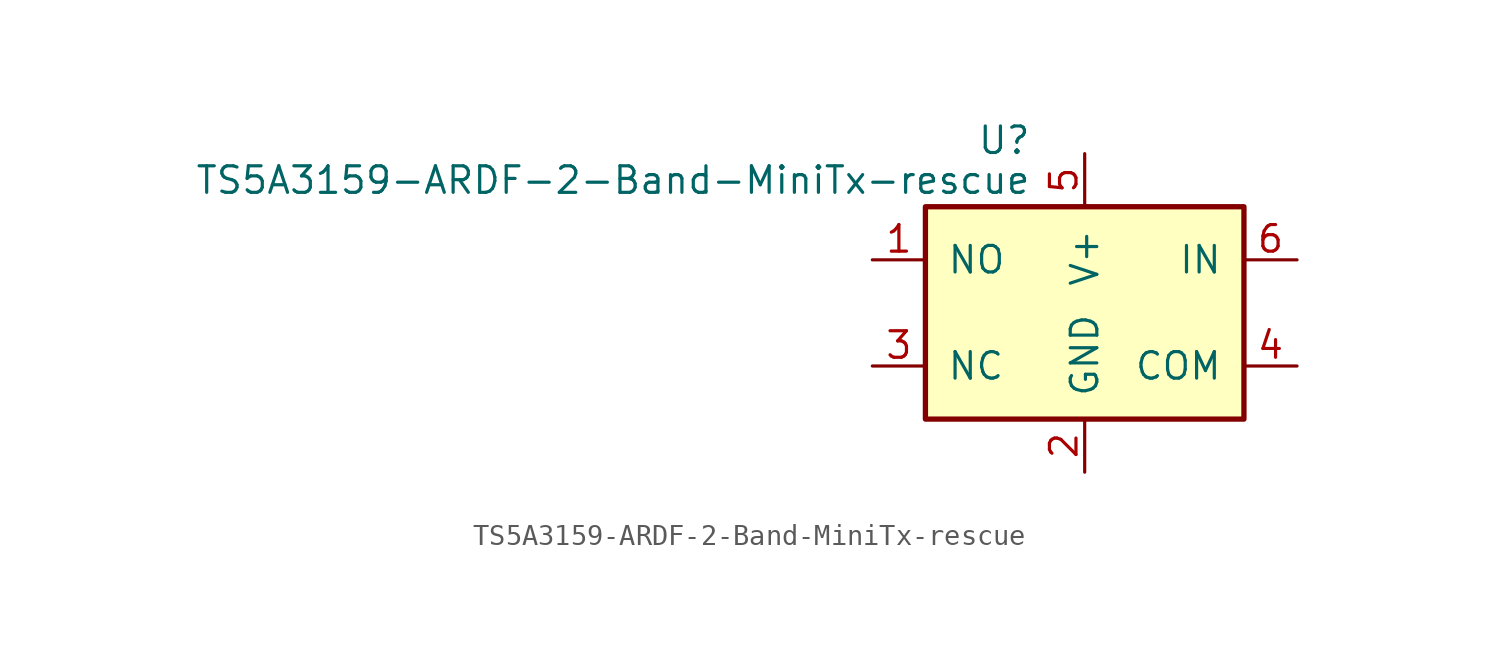
<source format=kicad_sym>
(kicad_symbol_lib
  (version 20211014)
  (generator kicad_symbol_editor)
  (symbol "TS5A3159-ARDF-2-Band-MiniTx-rescue"
    (pin_names
      (offset 1.016))
    (property "Reference" "U"
      (at -2.54 8.255 0)
      (effects (font (size 1.27 1.27)) (justify right)))
    (property "Value" "TS5A3159-ARDF-2-Band-MiniTx-rescue"
      (at -2.54 6.35 0)
      (effects (font (size 1.27 1.27)) (justify right)))
    (symbol "TS5A3159-ARDF-2-Band-MiniTx-rescue_0_1"
      (rectangle (start -7.62 5.08) (end 7.62 -5.08) (stroke (width 0.254) (type default) (color 0 0 0 0)) (fill (type background))))
    (symbol "TS5A3159-ARDF-2-Band-MiniTx-rescue_1_1"
      (pin passive line (at -10.16 2.54 0) (length 2.54) (name "NO" (effects (font (size 1.27 1.27)))) (number "1" (effects (font (size 1.27 1.27)))))
      (pin power_in line (at 0 -7.62 90) (length 2.54) (name "GND" (effects (font (size 1.27 1.27)))) (number "2" (effects (font (size 1.27 1.27)))))
      (pin passive line (at -10.16 -2.54 0) (length 2.54) (name "NC" (effects (font (size 1.27 1.27)))) (number "3" (effects (font (size 1.27 1.27)))))
      (pin passive line (at 10.16 -2.54 180) (length 2.54) (name "COM" (effects (font (size 1.27 1.27)))) (number "4" (effects (font (size 1.27 1.27)))))
      (pin power_in line (at 0 7.62 270) (length 2.54) (name "V+" (effects (font (size 1.27 1.27)))) (number "5" (effects (font (size 1.27 1.27)))))
      (pin input line (at 10.16 2.54 180) (length 2.54) (name "IN" (effects (font (size 1.27 1.27)))) (number "6" (effects (font (size 1.27 1.27))))))))
</source>
